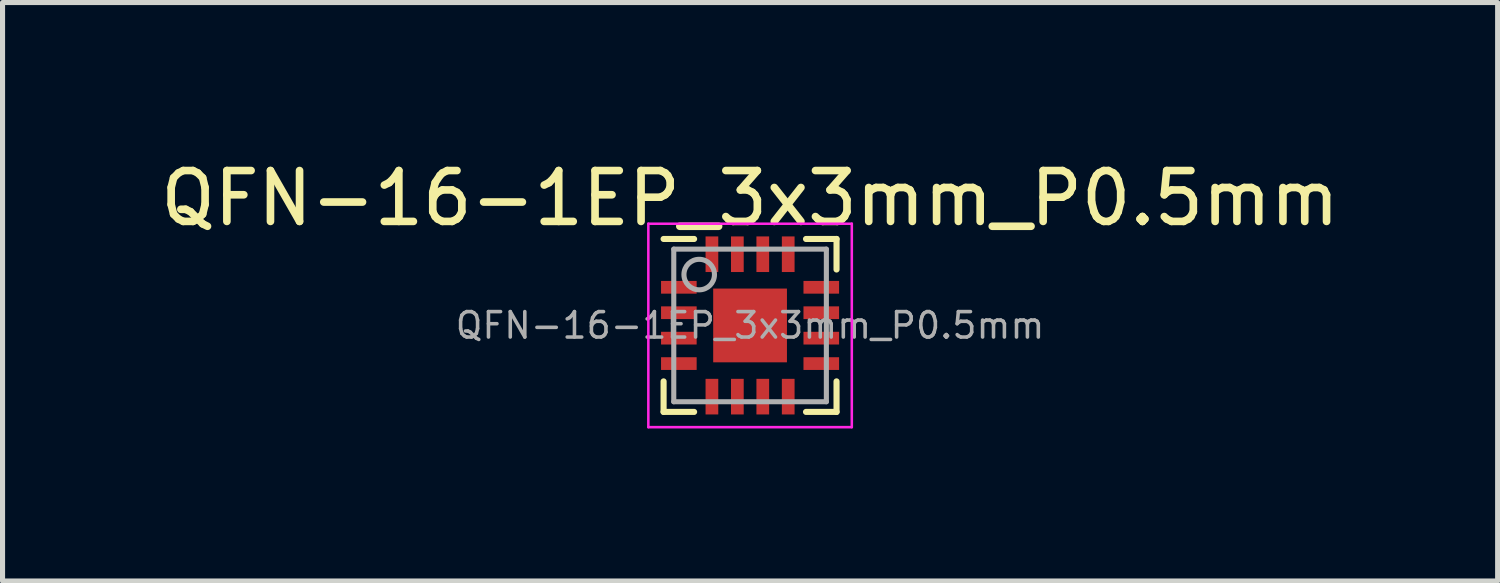
<source format=kicad_pcb>
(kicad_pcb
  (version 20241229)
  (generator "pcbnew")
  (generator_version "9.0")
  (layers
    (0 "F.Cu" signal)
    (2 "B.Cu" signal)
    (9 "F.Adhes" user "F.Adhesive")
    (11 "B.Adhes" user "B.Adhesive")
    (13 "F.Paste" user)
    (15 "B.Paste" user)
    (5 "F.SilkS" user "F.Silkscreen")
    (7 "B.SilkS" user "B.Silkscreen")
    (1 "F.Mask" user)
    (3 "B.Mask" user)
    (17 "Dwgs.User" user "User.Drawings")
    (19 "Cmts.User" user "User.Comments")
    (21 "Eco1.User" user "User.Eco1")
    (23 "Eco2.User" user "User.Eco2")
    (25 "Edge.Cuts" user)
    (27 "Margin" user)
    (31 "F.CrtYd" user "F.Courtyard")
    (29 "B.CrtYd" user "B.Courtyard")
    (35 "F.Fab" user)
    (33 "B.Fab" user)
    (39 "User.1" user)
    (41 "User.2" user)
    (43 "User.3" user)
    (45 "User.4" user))
  (footprint "QFN-16-1EP_3x3mm_P0.5mm"
    (layer "F.Cu")
    (at 11.696 3.348)
    (property "Reference" "QFN-16-1EP_3x3mm_P0.5mm" (at 0 -2.5 0) (layer "F.SilkS") (effects (font (size 1 1) (thickness 0.15))))
    (attr smd)
    (fp_line (start -1.7 1.1) (end -1.7 1.7) (stroke (width 0.12) (type solid)) (layer "F.SilkS"))
    (fp_line (start -1.7 1.7) (end -1.1 1.7) (stroke (width 0.12) (type solid)) (layer "F.SilkS"))
    (fp_line (start -1.1 -1.7) (end -1.7 -1.7) (stroke (width 0.12) (type solid)) (layer "F.SilkS"))
    (fp_line (start 1.1 1.7) (end 1.7 1.7) (stroke (width 0.12) (type solid)) (layer "F.SilkS"))
    (fp_line (start 1.7 -1.7) (end 1.1 -1.7) (stroke (width 0.12) (type solid)) (layer "F.SilkS"))
    (fp_line (start 1.7 -1.1) (end 1.7 -1.7) (stroke (width 0.12) (type solid)) (layer "F.SilkS"))
    (fp_line (start 1.7 1.7) (end 1.7 1.1) (stroke (width 0.12) (type solid)) (layer "F.SilkS"))
    (fp_line (start -2 -2) (end -2 2) (stroke (width 0.05) (type solid)) (layer "F.CrtYd"))
    (fp_line (start 2 -2) (end -2 -2) (stroke (width 0.05) (type solid)) (layer "F.CrtYd"))
    (fp_line (start 2 -2) (end 2 2) (stroke (width 0.05) (type solid)) (layer "F.CrtYd"))
    (fp_line (start 2 2) (end -2 2) (stroke (width 0.05) (type solid)) (layer "F.CrtYd"))
    (fp_line (start -1.5 -1.5) (end -1.5 1.5) (stroke (width 0.1) (type solid)) (layer "F.Fab"))
    (fp_line (start -1.5 1.5) (end 1.5 1.5) (stroke (width 0.1) (type solid)) (layer "F.Fab"))
    (fp_line (start 1.5 -1.5) (end -1.5 -1.5) (stroke (width 0.1) (type solid)) (layer "F.Fab"))
    (fp_line (start 1.5 1.5) (end 1.5 -1.5) (stroke (width 0.1) (type solid)) (layer "F.Fab"))
    (fp_circle (center -1 -1) (end -0.7 -1) (stroke (width 0.1) (type solid)) (fill no) (layer "F.Fab"))
    (fp_text user "${REFERENCE}" (at 0 0 0) (layer "F.Fab") (effects (font (size 0.5 0.5) (thickness 0.07))))
    (pad "1" smd rect (at -1.4 -0.75) (size 0.7 0.25) (layers "F.Cu" "F.Mask" "F.Paste"))
    (pad "2" smd rect (at -1.4 -0.25) (size 0.7 0.25) (layers "F.Cu" "F.Mask" "F.Paste"))
    (pad "3" smd rect (at -1.4 0.25) (size 0.7 0.25) (layers "F.Cu" "F.Mask" "F.Paste"))
    (pad "4" smd rect (at -1.4 0.75) (size 0.7 0.25) (layers "F.Cu" "F.Mask" "F.Paste"))
    (pad "5" smd rect (at -0.75 1.4) (size 0.25 0.7) (layers "F.Cu" "F.Mask" "F.Paste"))
    (pad "6" smd rect (at -0.25 1.4) (size 0.25 0.7) (layers "F.Cu" "F.Mask" "F.Paste"))
    (pad "7" smd rect (at 0.25 1.4) (size 0.25 0.7) (layers "F.Cu" "F.Mask" "F.Paste"))
    (pad "8" smd rect (at 0.75 1.4) (size 0.25 0.7) (layers "F.Cu" "F.Mask" "F.Paste"))
    (pad "9" smd rect (at 1.4 0.75) (size 0.7 0.25) (layers "F.Cu" "F.Mask" "F.Paste"))
    (pad "10" smd rect (at 1.4 0.25) (size 0.7 0.25) (layers "F.Cu" "F.Mask" "F.Paste"))
    (pad "11" smd rect (at 1.4 -0.25) (size 0.7 0.25) (layers "F.Cu" "F.Mask" "F.Paste"))
    (pad "12" smd rect (at 1.4 -0.75) (size 0.7 0.25) (layers "F.Cu" "F.Mask" "F.Paste"))
    (pad "13" smd rect (at 0.75 -1.4) (size 0.25 0.7) (layers "F.Cu" "F.Mask" "F.Paste"))
    (pad "14" smd rect (at 0.25 -1.4) (size 0.25 0.7) (layers "F.Cu" "F.Mask" "F.Paste"))
    (pad "15" smd rect (at -0.25 -1.4) (size 0.25 0.7) (layers "F.Cu" "F.Mask" "F.Paste"))
    (pad "16" smd rect (at -0.75 -1.4) (size 0.25 0.7) (layers "F.Cu" "F.Mask" "F.Paste"))
    (pad "17" smd rect (at 0 0) (size 1.45 1.45) (layers "F.Cu" "F.Mask" "F.Paste")))
  (gr_rect
    (start -3 -3)
    (end 26.393 8.373)
    (stroke (width 0.1) (type default))
    (fill no)
    (layer "Edge.Cuts")))
</source>
